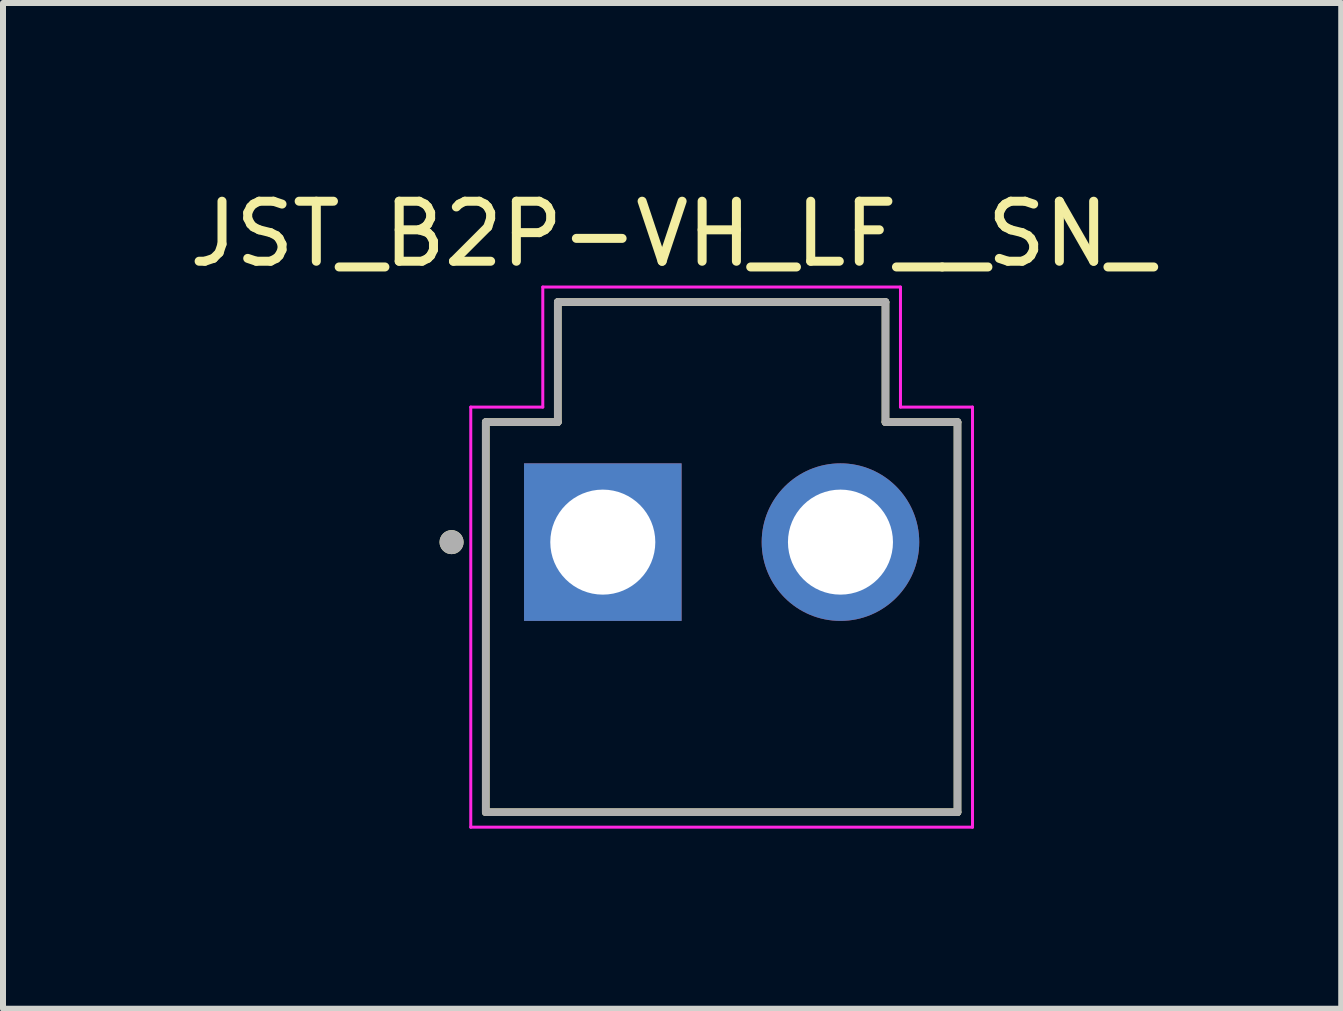
<source format=kicad_pcb>
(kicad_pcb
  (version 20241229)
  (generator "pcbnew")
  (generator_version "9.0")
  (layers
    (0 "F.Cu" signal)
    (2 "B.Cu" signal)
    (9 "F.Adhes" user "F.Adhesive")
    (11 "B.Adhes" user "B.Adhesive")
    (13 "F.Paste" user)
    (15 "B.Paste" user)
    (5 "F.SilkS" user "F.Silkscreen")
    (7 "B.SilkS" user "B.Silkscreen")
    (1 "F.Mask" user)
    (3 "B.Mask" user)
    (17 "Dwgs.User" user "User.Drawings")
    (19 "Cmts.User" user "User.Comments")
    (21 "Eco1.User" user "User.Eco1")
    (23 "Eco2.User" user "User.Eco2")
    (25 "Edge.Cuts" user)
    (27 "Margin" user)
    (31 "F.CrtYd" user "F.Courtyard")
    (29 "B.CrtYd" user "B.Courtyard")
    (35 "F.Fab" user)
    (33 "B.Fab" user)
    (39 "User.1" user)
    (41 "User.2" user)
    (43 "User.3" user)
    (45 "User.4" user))
  (footprint "JST_B2P-VH_LF__SN_"
    (layer "F.Cu")
    (at 8.974 5.983)
    (property "Reference" "JST_B2P-VH_LF__SN_" (at -0.825 -5.135 0) (layer "F.SilkS") (effects (font (size 1 1) (thickness 0.15))))
    (attr through_hole)
    (fp_line (start -3.93 -2) (end -3.93 4.5) (stroke (width 0.127) (type solid)) (layer "F.SilkS"))
    (fp_line (start -3.93 4.5) (end 3.93 4.5) (stroke (width 0.127) (type solid)) (layer "F.SilkS"))
    (fp_line (start -2.73 -4) (end -2.73 -2) (stroke (width 0.127) (type solid)) (layer "F.SilkS"))
    (fp_line (start -2.73 -2) (end -3.93 -2) (stroke (width 0.127) (type solid)) (layer "F.SilkS"))
    (fp_line (start 2.73 -4) (end -2.73 -4) (stroke (width 0.127) (type solid)) (layer "F.SilkS"))
    (fp_line (start 2.73 -2) (end 2.73 -4) (stroke (width 0.127) (type solid)) (layer "F.SilkS"))
    (fp_line (start 3.93 -2) (end 2.73 -2) (stroke (width 0.127) (type solid)) (layer "F.SilkS"))
    (fp_line (start 3.93 4.5) (end 3.93 -2) (stroke (width 0.127) (type solid)) (layer "F.SilkS"))
    (fp_circle (center -4.5 0) (end -4.4 0) (stroke (width 0.2) (type solid)) (fill no) (layer "F.SilkS"))
    (fp_line (start -4.18 -2.25) (end -4.18 4.75) (stroke (width 0.05) (type solid)) (layer "F.CrtYd"))
    (fp_line (start -4.18 4.75) (end 4.18 4.75) (stroke (width 0.05) (type solid)) (layer "F.CrtYd"))
    (fp_line (start -2.98 -4.25) (end -2.98 -2.25) (stroke (width 0.05) (type solid)) (layer "F.CrtYd"))
    (fp_line (start -2.98 -2.25) (end -4.18 -2.25) (stroke (width 0.05) (type solid)) (layer "F.CrtYd"))
    (fp_line (start 2.98 -4.25) (end -2.98 -4.25) (stroke (width 0.05) (type solid)) (layer "F.CrtYd"))
    (fp_line (start 2.98 -2.25) (end 2.98 -4.25) (stroke (width 0.05) (type solid)) (layer "F.CrtYd"))
    (fp_line (start 4.18 -2.25) (end 2.98 -2.25) (stroke (width 0.05) (type solid)) (layer "F.CrtYd"))
    (fp_line (start 4.18 4.75) (end 4.18 -2.25) (stroke (width 0.05) (type solid)) (layer "F.CrtYd"))
    (fp_line (start -3.93 -2) (end -3.93 4.5) (stroke (width 0.127) (type solid)) (layer "F.Fab"))
    (fp_line (start -3.93 4.5) (end 3.93 4.5) (stroke (width 0.127) (type solid)) (layer "F.Fab"))
    (fp_line (start -2.73 -4) (end -2.73 -2) (stroke (width 0.127) (type solid)) (layer "F.Fab"))
    (fp_line (start -2.73 -2) (end -3.93 -2) (stroke (width 0.127) (type solid)) (layer "F.Fab"))
    (fp_line (start 2.73 -4) (end -2.73 -4) (stroke (width 0.127) (type solid)) (layer "F.Fab"))
    (fp_line (start 2.73 -2) (end 2.73 -4) (stroke (width 0.127) (type solid)) (layer "F.Fab"))
    (fp_line (start 3.93 -2) (end 2.73 -2) (stroke (width 0.127) (type solid)) (layer "F.Fab"))
    (fp_line (start 3.93 4.5) (end 3.93 -2) (stroke (width 0.127) (type solid)) (layer "F.Fab"))
    (fp_circle (center -4.5 0) (end -4.4 0) (stroke (width 0.2) (type solid)) (fill no) (layer "F.Fab"))
    (pad "1" thru_hole rect (at -1.98 0) (size 2.625 2.625) (drill 1.75) (layers "*.Cu" "*.Mask"))
    (pad "2" thru_hole circle (at 1.98 0) (size 2.625 2.625) (drill 1.75) (layers "*.Cu" "*.Mask")))
  (gr_rect
    (start -3 -3)
    (end 19.298 13.758)
    (stroke (width 0.1) (type default))
    (fill no)
    (layer "Edge.Cuts")))
</source>
